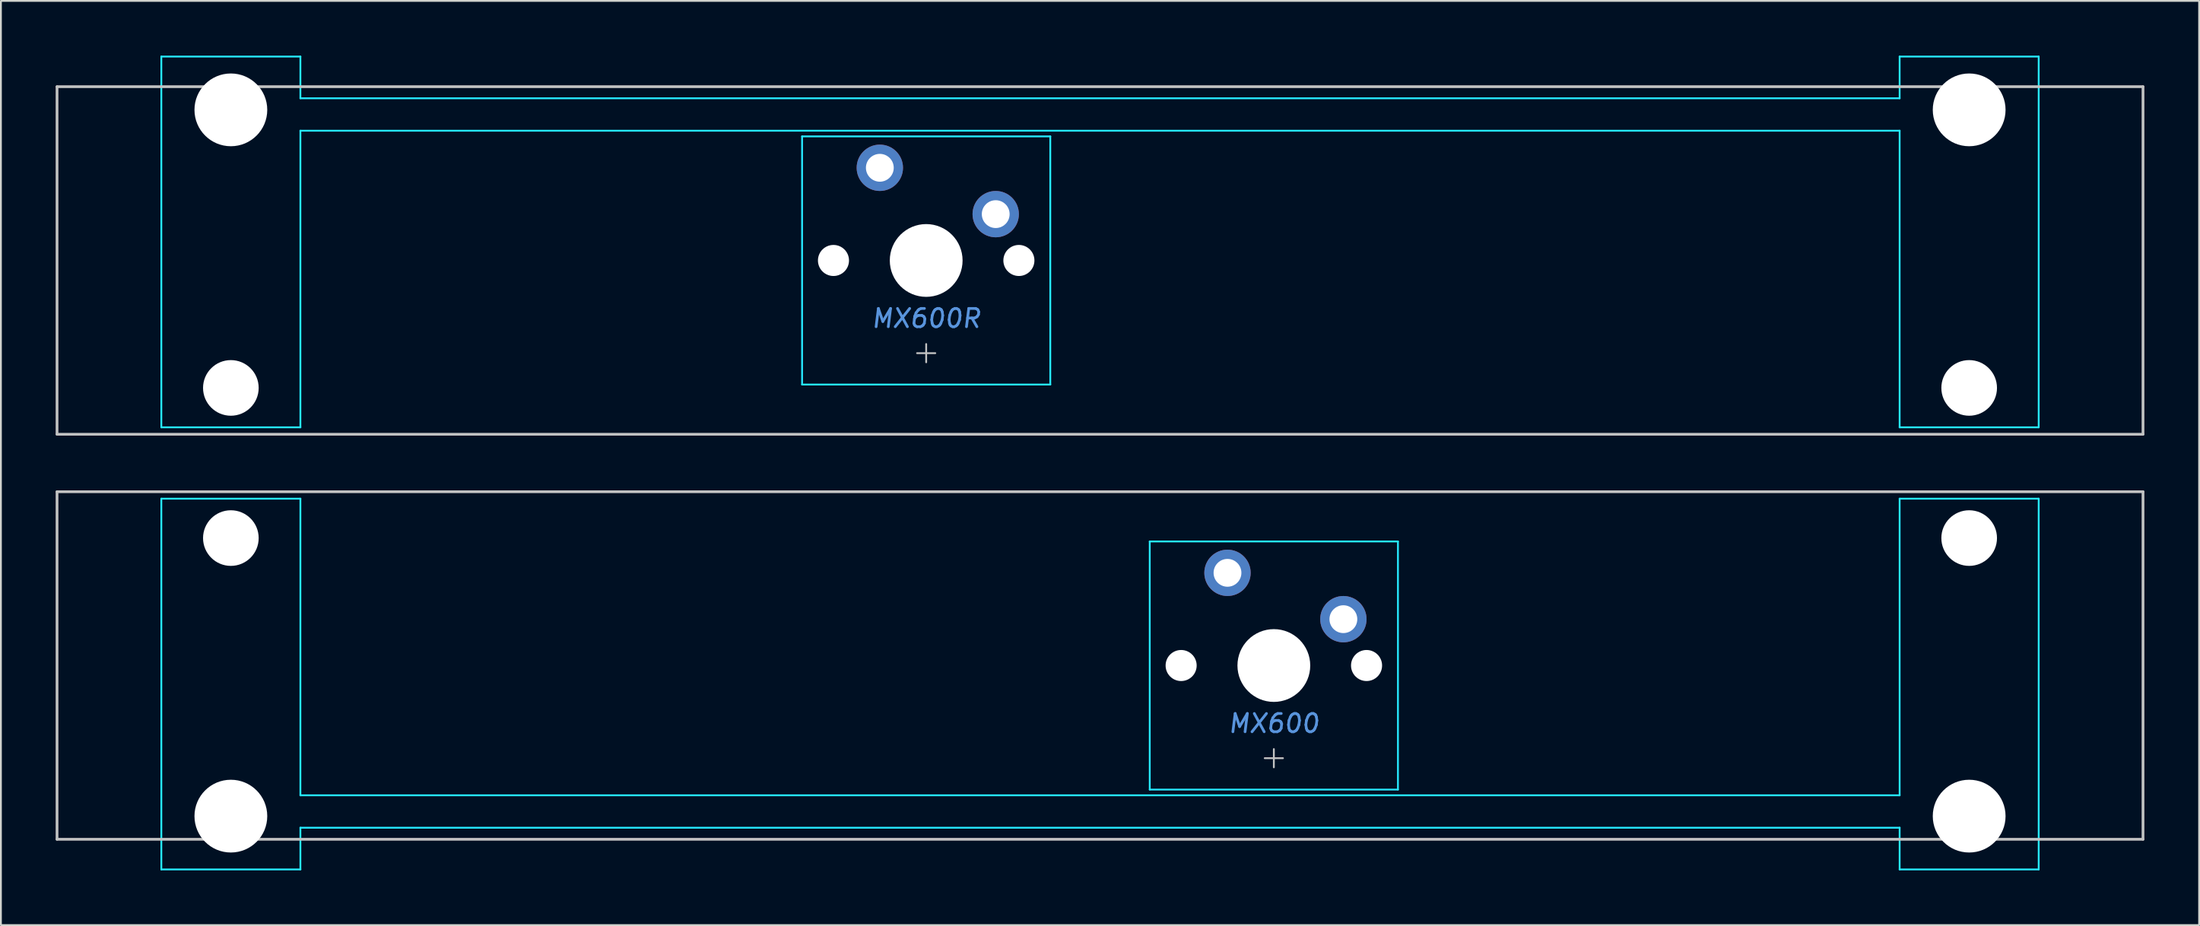
<source format=kicad_pcb>
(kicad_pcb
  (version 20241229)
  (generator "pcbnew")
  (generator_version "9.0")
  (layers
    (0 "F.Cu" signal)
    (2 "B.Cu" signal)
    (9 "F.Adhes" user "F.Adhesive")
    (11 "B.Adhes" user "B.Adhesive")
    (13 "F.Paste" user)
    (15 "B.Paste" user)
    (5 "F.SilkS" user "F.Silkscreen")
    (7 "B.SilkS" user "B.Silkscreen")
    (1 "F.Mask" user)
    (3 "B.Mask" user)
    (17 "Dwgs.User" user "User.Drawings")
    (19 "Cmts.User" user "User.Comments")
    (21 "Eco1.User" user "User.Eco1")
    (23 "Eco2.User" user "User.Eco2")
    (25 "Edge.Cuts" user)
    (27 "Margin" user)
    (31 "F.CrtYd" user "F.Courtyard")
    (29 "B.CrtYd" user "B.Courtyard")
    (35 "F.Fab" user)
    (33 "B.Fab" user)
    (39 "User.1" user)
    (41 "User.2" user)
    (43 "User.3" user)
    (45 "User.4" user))
  (footprint "MX600R"
    (layer "F.Cu")
    (at 47.7 11.226)
    (property "Reference" "MX600R" (at 0 3.175 0) (layer "Cmts.User") (effects (font (size 1 1) (thickness 0.15) (italic yes))))
    (attr through_hole)
    (fp_line (start -47.625 9.525) (end -47.625 -9.525) (stroke (width 0.15) (type solid)) (layer "Dwgs.User"))
    (fp_line (start -0.5 5.08) (end 0.5 5.08) (stroke (width 0.1) (type solid)) (layer "Dwgs.User"))
    (fp_line (start 0 5.58) (end 0 4.58) (stroke (width 0.1) (type solid)) (layer "Dwgs.User"))
    (fp_line (start 66.675 -9.525) (end -47.625 -9.525) (stroke (width 0.15) (type solid)) (layer "Dwgs.User"))
    (fp_line (start 66.675 -9.525) (end 66.675 9.525) (stroke (width 0.15) (type solid)) (layer "Dwgs.User"))
    (fp_line (start 66.675 9.525) (end -47.625 9.525) (stroke (width 0.15) (type solid)) (layer "Dwgs.User"))
    (fp_line (start -41.6 -8.515) (end -41.6 5.485) (stroke (width 0.1) (type solid)) (layer "Eco1.User"))
    (fp_line (start -41.1 -9.015) (end -35.1 -9.015) (stroke (width 0.1) (type solid)) (layer "Eco1.User"))
    (fp_line (start -35.1 5.985) (end -41.1 5.985) (stroke (width 0.1) (type solid)) (layer "Eco1.User"))
    (fp_line (start -34.6 5.485) (end -34.6 -8.515) (stroke (width 0.1) (type solid)) (layer "Eco1.User"))
    (fp_line (start -7 -6.5) (end -7 6.5) (stroke (width 0.1) (type solid)) (layer "Eco1.User"))
    (fp_line (start -6.5 7) (end 6.5 7) (stroke (width 0.1) (type solid)) (layer "Eco1.User"))
    (fp_line (start 6.5 -7) (end -6.5 -7) (stroke (width 0.1) (type solid)) (layer "Eco1.User"))
    (fp_line (start 7 6.5) (end 7 -6.5) (stroke (width 0.1) (type solid)) (layer "Eco1.User"))
    (fp_line (start 53.65 -8.515) (end 53.65 5.485) (stroke (width 0.1) (type solid)) (layer "Eco1.User"))
    (fp_line (start 54.15 -9.015) (end 60.15 -9.015) (stroke (width 0.1) (type solid)) (layer "Eco1.User"))
    (fp_line (start 60.15 5.985) (end 54.15 5.985) (stroke (width 0.1) (type solid)) (layer "Eco1.User"))
    (fp_line (start 60.65 5.485) (end 60.65 -8.515) (stroke (width 0.1) (type solid)) (layer "Eco1.User"))
    (fp_arc (start -41.6 -8.515) (mid -41.453553 -8.868553) (end -41.1 -9.015) (stroke (width 0.1) (type solid)) (layer "Eco1.User"))
    (fp_arc (start -41.1 5.985) (mid -41.453553 5.838553) (end -41.6 5.485) (stroke (width 0.1) (type solid)) (layer "Eco1.User"))
    (fp_arc (start -35.1 -9.015) (mid -34.746447 -8.868553) (end -34.6 -8.515) (stroke (width 0.1) (type solid)) (layer "Eco1.User"))
    (fp_arc (start -34.6 5.485) (mid -34.746447 5.838553) (end -35.1 5.985) (stroke (width 0.1) (type solid)) (layer "Eco1.User"))
    (fp_arc (start -7 -6.5) (mid -6.853553 -6.853553) (end -6.5 -7) (stroke (width 0.1) (type solid)) (layer "Eco1.User"))
    (fp_arc (start -6.5 7) (mid -6.853553 6.853553) (end -7 6.5) (stroke (width 0.1) (type solid)) (layer "Eco1.User"))
    (fp_arc (start 6.5 -7) (mid 6.853553 -6.853553) (end 7 -6.5) (stroke (width 0.1) (type solid)) (layer "Eco1.User"))
    (fp_arc (start 7 6.5) (mid 6.853553 6.853553) (end 6.5 7) (stroke (width 0.1) (type solid)) (layer "Eco1.User"))
    (fp_arc (start 53.65 -8.515) (mid 53.796447 -8.868553) (end 54.15 -9.015) (stroke (width 0.1) (type solid)) (layer "Eco1.User"))
    (fp_arc (start 54.15 5.985) (mid 53.796447 5.838553) (end 53.65 5.485) (stroke (width 0.1) (type solid)) (layer "Eco1.User"))
    (fp_arc (start 60.15 -9.015) (mid 60.503553 -8.868553) (end 60.65 -8.515) (stroke (width 0.1) (type solid)) (layer "Eco1.User"))
    (fp_arc (start 60.65 5.485) (mid 60.503553 5.838553) (end 60.15 5.985) (stroke (width 0.1) (type solid)) (layer "Eco1.User"))
    (fp_line (start -41.91 9.144) (end -41.91 -11.176) (stroke (width 0.1) (type solid)) (layer "B.CrtYd"))
    (fp_line (start -34.29 -11.176) (end -41.91 -11.176) (stroke (width 0.1) (type solid)) (layer "B.CrtYd"))
    (fp_line (start -34.29 -8.89) (end -34.29 -11.176) (stroke (width 0.1) (type solid)) (layer "B.CrtYd"))
    (fp_line (start -34.29 -7.112) (end -34.29 9.144) (stroke (width 0.1) (type solid)) (layer "B.CrtYd"))
    (fp_line (start -34.29 9.144) (end -41.91 9.144) (stroke (width 0.1) (type solid)) (layer "B.CrtYd"))
    (fp_line (start -6.8 -6.8) (end -6.8 6.8) (stroke (width 0.1) (type solid)) (layer "B.CrtYd"))
    (fp_line (start -6.8 -6.8) (end 6.8 -6.8) (stroke (width 0.1) (type solid)) (layer "B.CrtYd"))
    (fp_line (start -6.8 6.8) (end 6.8 6.8) (stroke (width 0.1) (type solid)) (layer "B.CrtYd"))
    (fp_line (start 6.8 6.8) (end 6.8 -6.8) (stroke (width 0.1) (type solid)) (layer "B.CrtYd"))
    (fp_line (start 53.34 -8.89) (end -34.29 -8.89) (stroke (width 0.1) (type solid)) (layer "B.CrtYd"))
    (fp_line (start 53.34 -8.89) (end 53.34 -11.176) (stroke (width 0.1) (type solid)) (layer "B.CrtYd"))
    (fp_line (start 53.34 -7.112) (end -34.29 -7.112) (stroke (width 0.1) (type solid)) (layer "B.CrtYd"))
    (fp_line (start 53.34 -7.112) (end 53.34 9.144) (stroke (width 0.1) (type solid)) (layer "B.CrtYd"))
    (fp_line (start 60.96 -11.176) (end 53.34 -11.176) (stroke (width 0.1) (type solid)) (layer "B.CrtYd"))
    (fp_line (start 60.96 9.144) (end 53.34 9.144) (stroke (width 0.1) (type solid)) (layer "B.CrtYd"))
    (fp_line (start 60.96 9.144) (end 60.96 -11.176) (stroke (width 0.1) (type solid)) (layer "B.CrtYd"))
    (pad "" np_thru_hole circle (at -38.1 -8.255) (size 3.988 3.988) (drill 3.988) (layers "*.Cu" "*.Mask"))
    (pad "" np_thru_hole circle (at -38.1 6.985) (size 3.048 3.048) (drill 3.048) (layers "*.Cu" "*.Mask"))
    (pad "" np_thru_hole circle (at -5.08 0) (size 1.702 1.702) (drill 1.702) (layers "*.Cu" "*.Mask"))
    (pad "" connect circle (at -2.54 -5.08) (size 1.524 1.524) (layers "B.Mask"))
    (pad "" np_thru_hole circle (at 0 0) (size 3.988 3.988) (drill 3.988) (layers "*.Cu" "*.Mask"))
    (pad "" connect circle (at 3.81 -2.54) (size 1.524 1.524) (layers "B.Mask"))
    (pad "" np_thru_hole circle (at 5.08 0) (size 1.702 1.702) (drill 1.702) (layers "*.Cu" "*.Mask"))
    (pad "" np_thru_hole circle (at 57.15 -8.255) (size 3.988 3.988) (drill 3.988) (layers "*.Cu" "*.Mask"))
    (pad "" np_thru_hole circle (at 57.15 6.985) (size 3.048 3.048) (drill 3.048) (layers "*.Cu" "*.Mask"))
    (pad "1" thru_hole circle (at -2.54 -5.08) (size 2.54 2.54) (drill 1.524) (layers "*.Cu" "F.Mask"))
    (pad "2" thru_hole circle (at 3.81 -2.54) (size 2.54 2.54) (drill 1.524) (layers "*.Cu" "F.Mask")))
  (footprint "MX600"
    (layer "F.Cu")
    (at 66.75 33.426)
    (property "Reference" "MX600" (at 0 3.175 0) (layer "Cmts.User") (effects (font (size 1 1) (thickness 0.15) (italic yes))))
    (attr through_hole)
    (fp_line (start -66.675 -9.525) (end 47.625 -9.525) (stroke (width 0.15) (type solid)) (layer "Dwgs.User"))
    (fp_line (start -66.675 9.525) (end -66.675 -9.525) (stroke (width 0.15) (type solid)) (layer "Dwgs.User"))
    (fp_line (start -66.675 9.525) (end 47.625 9.525) (stroke (width 0.15) (type solid)) (layer "Dwgs.User"))
    (fp_line (start -0.5 5.08) (end 0.5 5.08) (stroke (width 0.1) (type solid)) (layer "Dwgs.User"))
    (fp_line (start 0 5.58) (end 0 4.58) (stroke (width 0.1) (type solid)) (layer "Dwgs.User"))
    (fp_line (start 47.625 -9.525) (end 47.625 9.525) (stroke (width 0.15) (type solid)) (layer "Dwgs.User"))
    (fp_line (start -60.65 -5.485) (end -60.65 8.515) (stroke (width 0.1) (type solid)) (layer "Eco1.User"))
    (fp_line (start -60.15 -5.985) (end -54.15 -5.985) (stroke (width 0.1) (type solid)) (layer "Eco1.User"))
    (fp_line (start -54.15 9.015) (end -60.15 9.015) (stroke (width 0.1) (type solid)) (layer "Eco1.User"))
    (fp_line (start -53.65 8.515) (end -53.65 -5.485) (stroke (width 0.1) (type solid)) (layer "Eco1.User"))
    (fp_line (start -7 -6.5) (end -7 6.5) (stroke (width 0.1) (type solid)) (layer "Eco1.User"))
    (fp_line (start -6.5 7) (end 6.5 7) (stroke (width 0.1) (type solid)) (layer "Eco1.User"))
    (fp_line (start 6.5 -7) (end -6.5 -7) (stroke (width 0.1) (type solid)) (layer "Eco1.User"))
    (fp_line (start 7 6.5) (end 7 -6.5) (stroke (width 0.1) (type solid)) (layer "Eco1.User"))
    (fp_line (start 34.6 -5.485) (end 34.6 8.515) (stroke (width 0.1) (type solid)) (layer "Eco1.User"))
    (fp_line (start 35.1 -5.985) (end 41.1 -5.985) (stroke (width 0.1) (type solid)) (layer "Eco1.User"))
    (fp_line (start 41.1 9.015) (end 35.1 9.015) (stroke (width 0.1) (type solid)) (layer "Eco1.User"))
    (fp_line (start 41.6 8.515) (end 41.6 -5.485) (stroke (width 0.1) (type solid)) (layer "Eco1.User"))
    (fp_arc (start -60.65 -5.485) (mid -60.503553 -5.838553) (end -60.15 -5.985) (stroke (width 0.1) (type solid)) (layer "Eco1.User"))
    (fp_arc (start -60.15 9.015) (mid -60.503553 8.868553) (end -60.65 8.515) (stroke (width 0.1) (type solid)) (layer "Eco1.User"))
    (fp_arc (start -54.15 -5.985) (mid -53.796447 -5.838553) (end -53.65 -5.485) (stroke (width 0.1) (type solid)) (layer "Eco1.User"))
    (fp_arc (start -53.65 8.515) (mid -53.796447 8.868553) (end -54.15 9.015) (stroke (width 0.1) (type solid)) (layer "Eco1.User"))
    (fp_arc (start -7 -6.5) (mid -6.853553 -6.853553) (end -6.5 -7) (stroke (width 0.1) (type solid)) (layer "Eco1.User"))
    (fp_arc (start -6.5 7) (mid -6.853553 6.853553) (end -7 6.5) (stroke (width 0.1) (type solid)) (layer "Eco1.User"))
    (fp_arc (start 6.5 -7) (mid 6.853553 -6.853553) (end 7 -6.5) (stroke (width 0.1) (type solid)) (layer "Eco1.User"))
    (fp_arc (start 7 6.5) (mid 6.853553 6.853553) (end 6.5 7) (stroke (width 0.1) (type solid)) (layer "Eco1.User"))
    (fp_arc (start 34.6 -5.485) (mid 34.746447 -5.838553) (end 35.1 -5.985) (stroke (width 0.1) (type solid)) (layer "Eco1.User"))
    (fp_arc (start 35.1 9.015) (mid 34.746447 8.868553) (end 34.6 8.515) (stroke (width 0.1) (type solid)) (layer "Eco1.User"))
    (fp_arc (start 41.1 -5.985) (mid 41.453553 -5.838553) (end 41.6 -5.485) (stroke (width 0.1) (type solid)) (layer "Eco1.User"))
    (fp_arc (start 41.6 8.515) (mid 41.453553 8.868553) (end 41.1 9.015) (stroke (width 0.1) (type solid)) (layer "Eco1.User"))
    (fp_line (start -60.96 -9.144) (end -60.96 11.176) (stroke (width 0.1) (type solid)) (layer "B.CrtYd"))
    (fp_line (start -60.96 -9.144) (end -53.34 -9.144) (stroke (width 0.1) (type solid)) (layer "B.CrtYd"))
    (fp_line (start -60.96 11.176) (end -53.34 11.176) (stroke (width 0.1) (type solid)) (layer "B.CrtYd"))
    (fp_line (start -53.34 7.112) (end -53.34 -9.144) (stroke (width 0.1) (type solid)) (layer "B.CrtYd"))
    (fp_line (start -53.34 7.112) (end 34.29 7.112) (stroke (width 0.1) (type solid)) (layer "B.CrtYd"))
    (fp_line (start -53.34 8.89) (end -53.34 11.176) (stroke (width 0.1) (type solid)) (layer "B.CrtYd"))
    (fp_line (start -53.34 8.89) (end 34.29 8.89) (stroke (width 0.1) (type solid)) (layer "B.CrtYd"))
    (fp_line (start -6.8 -6.8) (end -6.8 6.8) (stroke (width 0.1) (type solid)) (layer "B.CrtYd"))
    (fp_line (start -6.8 -6.8) (end 6.8 -6.8) (stroke (width 0.1) (type solid)) (layer "B.CrtYd"))
    (fp_line (start -6.8 6.8) (end 6.8 6.8) (stroke (width 0.1) (type solid)) (layer "B.CrtYd"))
    (fp_line (start 6.8 6.8) (end 6.8 -6.8) (stroke (width 0.1) (type solid)) (layer "B.CrtYd"))
    (fp_line (start 34.29 -9.144) (end 41.91 -9.144) (stroke (width 0.1) (type solid)) (layer "B.CrtYd"))
    (fp_line (start 34.29 7.112) (end 34.29 -9.144) (stroke (width 0.1) (type solid)) (layer "B.CrtYd"))
    (fp_line (start 34.29 8.89) (end 34.29 11.176) (stroke (width 0.1) (type solid)) (layer "B.CrtYd"))
    (fp_line (start 34.29 11.176) (end 41.91 11.176) (stroke (width 0.1) (type solid)) (layer "B.CrtYd"))
    (fp_line (start 41.91 -9.144) (end 41.91 11.176) (stroke (width 0.1) (type solid)) (layer "B.CrtYd"))
    (pad "" np_thru_hole circle (at -57.15 -6.985 180) (size 3.048 3.048) (drill 3.048) (layers "*.Cu" "*.Mask"))
    (pad "" np_thru_hole circle (at -57.15 8.255 180) (size 3.988 3.988) (drill 3.988) (layers "*.Cu" "*.Mask"))
    (pad "" np_thru_hole circle (at -5.08 0) (size 1.702 1.702) (drill 1.702) (layers "*.Cu" "*.Mask"))
    (pad "" connect circle (at -2.54 -5.08) (size 1.524 1.524) (layers "B.Mask"))
    (pad "" np_thru_hole circle (at 0 0) (size 3.988 3.988) (drill 3.988) (layers "*.Cu" "*.Mask"))
    (pad "" connect circle (at 3.81 -2.54) (size 1.524 1.524) (layers "B.Mask"))
    (pad "" np_thru_hole circle (at 5.08 0) (size 1.702 1.702) (drill 1.702) (layers "*.Cu" "*.Mask"))
    (pad "" np_thru_hole circle (at 38.1 -6.985 180) (size 3.048 3.048) (drill 3.048) (layers "*.Cu" "*.Mask"))
    (pad "" np_thru_hole circle (at 38.1 8.255 180) (size 3.988 3.988) (drill 3.988) (layers "*.Cu" "*.Mask"))
    (pad "1" thru_hole circle (at -2.54 -5.08) (size 2.54 2.54) (drill 1.524) (layers "*.Cu" "F.Mask"))
    (pad "2" thru_hole circle (at 3.81 -2.54) (size 2.54 2.54) (drill 1.524) (layers "*.Cu" "F.Mask")))
  (gr_rect
    (start -3 -3)
    (end 117.45 47.652)
    (stroke (width 0.1) (type default))
    (fill no)
    (layer "Edge.Cuts")))
</source>
